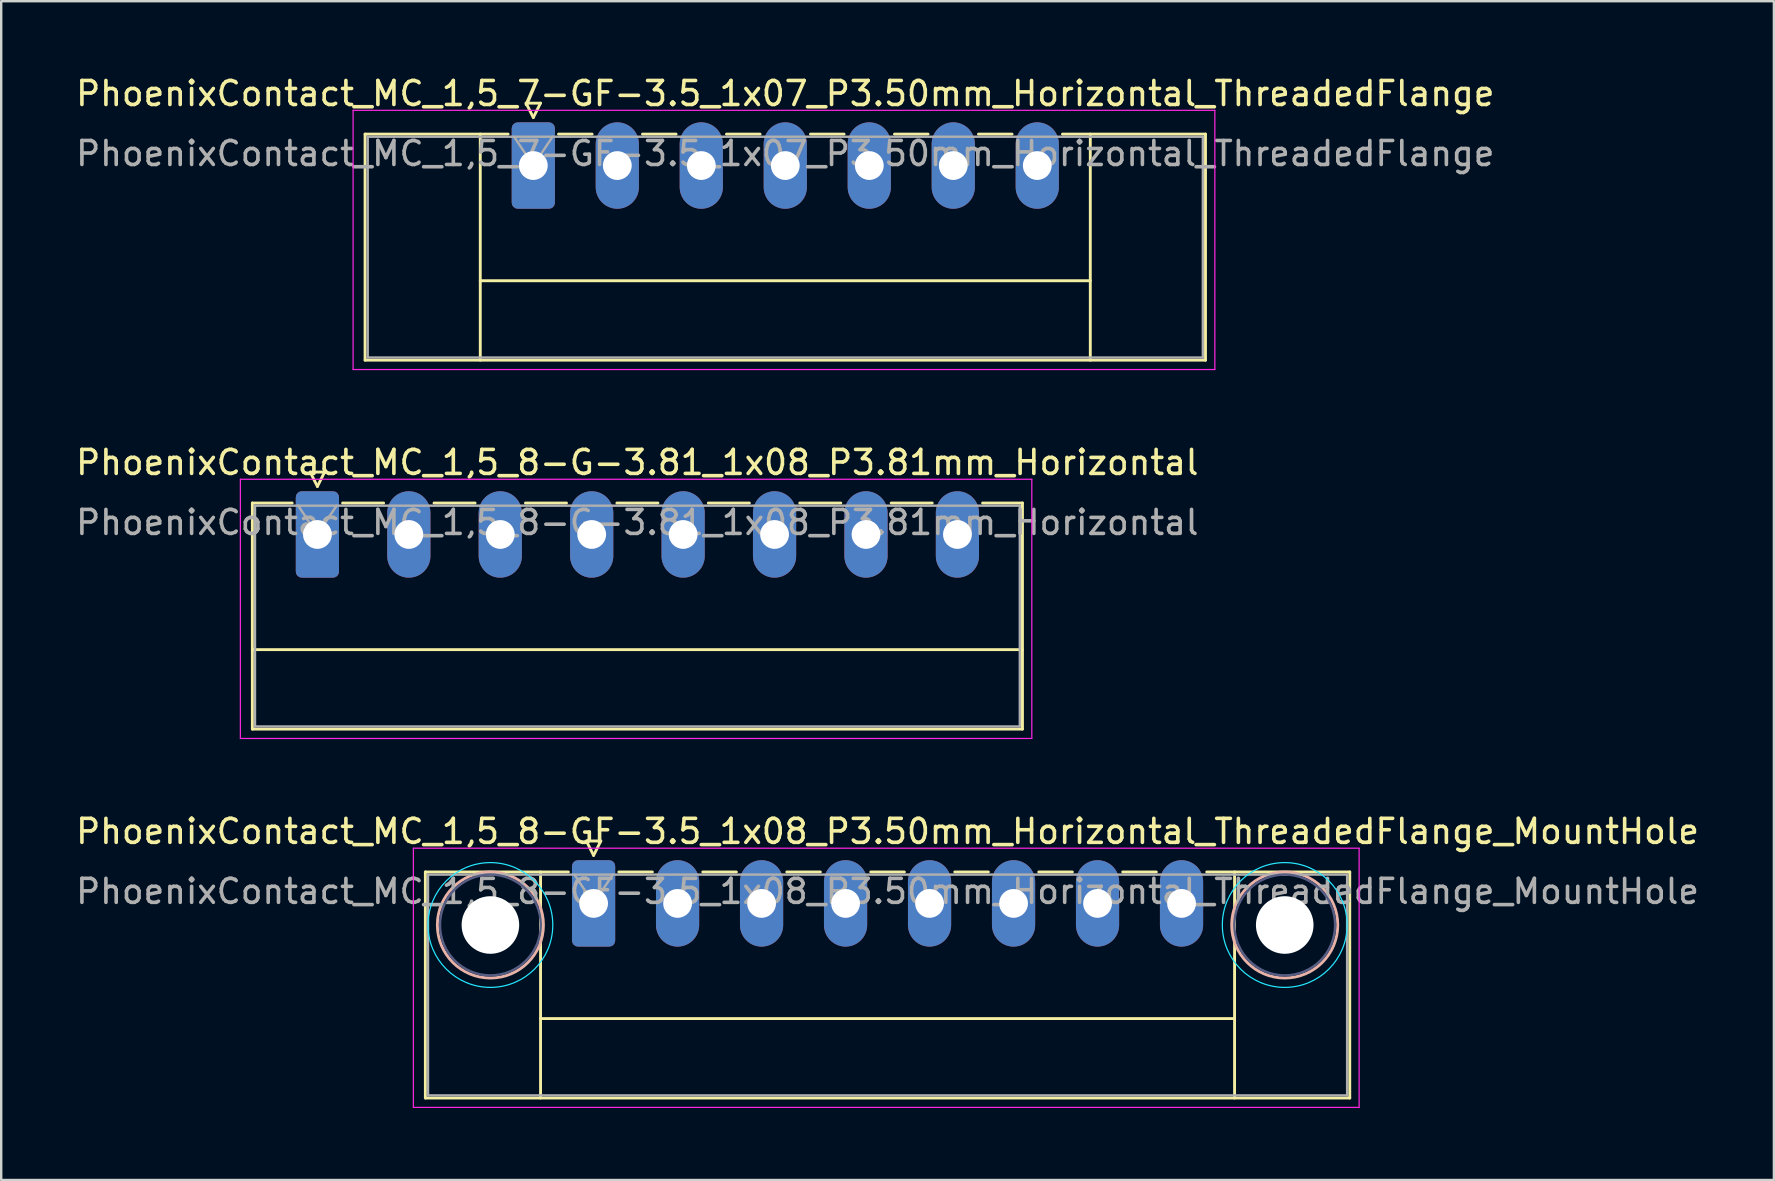
<source format=kicad_pcb>
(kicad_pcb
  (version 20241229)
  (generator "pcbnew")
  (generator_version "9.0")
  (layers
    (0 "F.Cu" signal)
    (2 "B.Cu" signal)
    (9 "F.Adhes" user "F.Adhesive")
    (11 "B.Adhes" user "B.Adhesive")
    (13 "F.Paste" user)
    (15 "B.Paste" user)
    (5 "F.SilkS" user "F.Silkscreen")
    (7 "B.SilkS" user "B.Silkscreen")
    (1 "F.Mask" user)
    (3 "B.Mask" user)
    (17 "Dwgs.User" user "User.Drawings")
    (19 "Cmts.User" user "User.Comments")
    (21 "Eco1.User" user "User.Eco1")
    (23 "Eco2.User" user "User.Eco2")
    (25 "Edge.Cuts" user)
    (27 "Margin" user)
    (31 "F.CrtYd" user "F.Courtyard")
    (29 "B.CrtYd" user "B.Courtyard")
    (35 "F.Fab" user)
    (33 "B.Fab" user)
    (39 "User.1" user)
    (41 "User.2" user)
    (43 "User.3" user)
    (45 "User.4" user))
  (footprint "PhoenixContact_MC_1,5_8-G-3.81_1x08_P3.81mm_Horizontal"
    (layer "F.Cu")
    (at 10.176 19.221)
    (property "Reference" "PhoenixContact_MC_1,5_8-G-3.81_1x08_P3.81mm_Horizontal" (at 13.33 -3 0) (layer "F.SilkS") (effects (font (size 1 1) (thickness 0.15))))
    (attr through_hole)
    (fp_line (start -2.71 -1.31) (end -2.71 8.11) (stroke (width 0.12) (type solid)) (layer "F.SilkS"))
    (fp_line (start -2.71 -1.31) (end -1.05 -1.31) (stroke (width 0.12) (type solid)) (layer "F.SilkS"))
    (fp_line (start -2.71 4.8) (end 29.38 4.8) (stroke (width 0.12) (type solid)) (layer "F.SilkS"))
    (fp_line (start -2.71 8.11) (end 29.38 8.11) (stroke (width 0.12) (type solid)) (layer "F.SilkS"))
    (fp_line (start -0.3 -2.6) (end 0.3 -2.6) (stroke (width 0.12) (type solid)) (layer "F.SilkS"))
    (fp_line (start 0 -2) (end -0.3 -2.6) (stroke (width 0.12) (type solid)) (layer "F.SilkS"))
    (fp_line (start 0.3 -2.6) (end 0 -2) (stroke (width 0.12) (type solid)) (layer "F.SilkS"))
    (fp_line (start 1.05 -1.31) (end 2.76 -1.31) (stroke (width 0.12) (type solid)) (layer "F.SilkS"))
    (fp_line (start 4.86 -1.31) (end 6.57 -1.31) (stroke (width 0.12) (type solid)) (layer "F.SilkS"))
    (fp_line (start 8.67 -1.31) (end 10.38 -1.31) (stroke (width 0.12) (type solid)) (layer "F.SilkS"))
    (fp_line (start 12.48 -1.31) (end 14.19 -1.31) (stroke (width 0.12) (type solid)) (layer "F.SilkS"))
    (fp_line (start 16.29 -1.31) (end 18 -1.31) (stroke (width 0.12) (type solid)) (layer "F.SilkS"))
    (fp_line (start 20.1 -1.31) (end 21.81 -1.31) (stroke (width 0.12) (type solid)) (layer "F.SilkS"))
    (fp_line (start 23.91 -1.31) (end 25.62 -1.31) (stroke (width 0.12) (type solid)) (layer "F.SilkS"))
    (fp_line (start 29.38 -1.31) (end 27.72 -1.31) (stroke (width 0.12) (type solid)) (layer "F.SilkS"))
    (fp_line (start 29.38 8.11) (end 29.38 -1.31) (stroke (width 0.12) (type solid)) (layer "F.SilkS"))
    (fp_line (start -3.21 -2.3) (end -3.21 8.5) (stroke (width 0.05) (type solid)) (layer "F.CrtYd"))
    (fp_line (start -3.21 8.5) (end 29.77 8.5) (stroke (width 0.05) (type solid)) (layer "F.CrtYd"))
    (fp_line (start 29.77 -2.3) (end -3.21 -2.3) (stroke (width 0.05) (type solid)) (layer "F.CrtYd"))
    (fp_line (start 29.77 8.5) (end 29.77 -2.3) (stroke (width 0.05) (type solid)) (layer "F.CrtYd"))
    (fp_line (start -2.6 -1.2) (end -2.6 8) (stroke (width 0.1) (type solid)) (layer "F.Fab"))
    (fp_line (start -2.6 8) (end 29.27 8) (stroke (width 0.1) (type solid)) (layer "F.Fab"))
    (fp_line (start 0 0) (end -0.8 -1.2) (stroke (width 0.1) (type solid)) (layer "F.Fab"))
    (fp_line (start 0.8 -1.2) (end 0 0) (stroke (width 0.1) (type solid)) (layer "F.Fab"))
    (fp_line (start 29.27 -1.2) (end -2.6 -1.2) (stroke (width 0.1) (type solid)) (layer "F.Fab"))
    (fp_line (start 29.27 8) (end 29.27 -1.2) (stroke (width 0.1) (type solid)) (layer "F.Fab"))
    (fp_text user "${REFERENCE}" (at 13.33 -0.5 0) (layer "F.Fab") (effects (font (size 1 1) (thickness 0.15))))
    (pad "1" thru_hole roundrect (at 0 0) (size 1.8 3.6) (drill 1.2) (layers "*.Cu" "*.Mask") (roundrect_rratio 0.139))
    (pad "2" thru_hole oval (at 3.81 0) (size 1.8 3.6) (drill 1.2) (layers "*.Cu" "*.Mask"))
    (pad "3" thru_hole oval (at 7.62 0) (size 1.8 3.6) (drill 1.2) (layers "*.Cu" "*.Mask"))
    (pad "4" thru_hole oval (at 11.43 0) (size 1.8 3.6) (drill 1.2) (layers "*.Cu" "*.Mask"))
    (pad "5" thru_hole oval (at 15.24 0) (size 1.8 3.6) (drill 1.2) (layers "*.Cu" "*.Mask"))
    (pad "6" thru_hole oval (at 19.05 0) (size 1.8 3.6) (drill 1.2) (layers "*.Cu" "*.Mask"))
    (pad "7" thru_hole oval (at 22.86 0) (size 1.8 3.6) (drill 1.2) (layers "*.Cu" "*.Mask"))
    (pad "8" thru_hole oval (at 26.67 0) (size 1.8 3.6) (drill 1.2) (layers "*.Cu" "*.Mask")))
  (footprint "PhoenixContact_MC_1,5_7-GF-3.5_1x07_P3.50mm_Horizontal_ThreadedFlange"
    (layer "F.Cu")
    (at 19.173 3.848)
    (property "Reference" "PhoenixContact_MC_1,5_7-GF-3.5_1x07_P3.50mm_Horizontal_ThreadedFlange" (at 10.5 -3 0) (layer "F.SilkS") (effects (font (size 1 1) (thickness 0.15))))
    (attr through_hole)
    (fp_line (start -7.01 -1.31) (end -7.01 8.11) (stroke (width 0.12) (type solid)) (layer "F.SilkS"))
    (fp_line (start -7.01 -1.31) (end -1.05 -1.31) (stroke (width 0.12) (type solid)) (layer "F.SilkS"))
    (fp_line (start -7.01 8.11) (end 28.01 8.11) (stroke (width 0.12) (type solid)) (layer "F.SilkS"))
    (fp_line (start -2.21 -1.31) (end -2.21 8.11) (stroke (width 0.12) (type solid)) (layer "F.SilkS"))
    (fp_line (start -2.21 4.8) (end 23.21 4.8) (stroke (width 0.12) (type solid)) (layer "F.SilkS"))
    (fp_line (start -0.3 -2.6) (end 0.3 -2.6) (stroke (width 0.12) (type solid)) (layer "F.SilkS"))
    (fp_line (start 0 -2) (end -0.3 -2.6) (stroke (width 0.12) (type solid)) (layer "F.SilkS"))
    (fp_line (start 0.3 -2.6) (end 0 -2) (stroke (width 0.12) (type solid)) (layer "F.SilkS"))
    (fp_line (start 1.05 -1.31) (end 2.45 -1.31) (stroke (width 0.12) (type solid)) (layer "F.SilkS"))
    (fp_line (start 4.55 -1.31) (end 5.95 -1.31) (stroke (width 0.12) (type solid)) (layer "F.SilkS"))
    (fp_line (start 8.05 -1.31) (end 9.45 -1.31) (stroke (width 0.12) (type solid)) (layer "F.SilkS"))
    (fp_line (start 11.55 -1.31) (end 12.95 -1.31) (stroke (width 0.12) (type solid)) (layer "F.SilkS"))
    (fp_line (start 15.05 -1.31) (end 16.45 -1.31) (stroke (width 0.12) (type solid)) (layer "F.SilkS"))
    (fp_line (start 18.55 -1.31) (end 19.95 -1.31) (stroke (width 0.12) (type solid)) (layer "F.SilkS"))
    (fp_line (start 23.21 -1.31) (end 23.21 8.11) (stroke (width 0.12) (type solid)) (layer "F.SilkS"))
    (fp_line (start 28.01 -1.31) (end 22.05 -1.31) (stroke (width 0.12) (type solid)) (layer "F.SilkS"))
    (fp_line (start 28.01 8.11) (end 28.01 -1.31) (stroke (width 0.12) (type solid)) (layer "F.SilkS"))
    (fp_line (start -7.51 -2.3) (end -7.51 8.5) (stroke (width 0.05) (type solid)) (layer "F.CrtYd"))
    (fp_line (start -7.51 8.5) (end 28.4 8.5) (stroke (width 0.05) (type solid)) (layer "F.CrtYd"))
    (fp_line (start 28.4 -2.3) (end -7.51 -2.3) (stroke (width 0.05) (type solid)) (layer "F.CrtYd"))
    (fp_line (start 28.4 8.5) (end 28.4 -2.3) (stroke (width 0.05) (type solid)) (layer "F.CrtYd"))
    (fp_line (start -6.9 -1.2) (end -6.9 8) (stroke (width 0.1) (type solid)) (layer "F.Fab"))
    (fp_line (start -6.9 8) (end 27.9 8) (stroke (width 0.1) (type solid)) (layer "F.Fab"))
    (fp_line (start 0 0) (end -0.8 -1.2) (stroke (width 0.1) (type solid)) (layer "F.Fab"))
    (fp_line (start 0.8 -1.2) (end 0 0) (stroke (width 0.1) (type solid)) (layer "F.Fab"))
    (fp_line (start 27.9 -1.2) (end -6.9 -1.2) (stroke (width 0.1) (type solid)) (layer "F.Fab"))
    (fp_line (start 27.9 8) (end 27.9 -1.2) (stroke (width 0.1) (type solid)) (layer "F.Fab"))
    (fp_text user "${REFERENCE}" (at 10.5 -0.5 0) (layer "F.Fab") (effects (font (size 1 1) (thickness 0.15))))
    (pad "1" thru_hole roundrect (at 0 0) (size 1.8 3.6) (drill 1.2) (layers "*.Cu" "*.Mask") (roundrect_rratio 0.139))
    (pad "2" thru_hole oval (at 3.5 0) (size 1.8 3.6) (drill 1.2) (layers "*.Cu" "*.Mask"))
    (pad "3" thru_hole oval (at 7 0) (size 1.8 3.6) (drill 1.2) (layers "*.Cu" "*.Mask"))
    (pad "4" thru_hole oval (at 10.5 0) (size 1.8 3.6) (drill 1.2) (layers "*.Cu" "*.Mask"))
    (pad "5" thru_hole oval (at 14 0) (size 1.8 3.6) (drill 1.2) (layers "*.Cu" "*.Mask"))
    (pad "6" thru_hole oval (at 17.5 0) (size 1.8 3.6) (drill 1.2) (layers "*.Cu" "*.Mask"))
    (pad "7" thru_hole oval (at 21 0) (size 1.8 3.6) (drill 1.2) (layers "*.Cu" "*.Mask")))
  (footprint "PhoenixContact_MC_1,5_8-GF-3.5_1x08_P3.50mm_Horizontal_ThreadedFlange_MountHole"
    (layer "F.Cu")
    (at 21.685 34.595)
    (property "Reference" "PhoenixContact_MC_1,5_8-GF-3.5_1x08_P3.50mm_Horizontal_ThreadedFlange_MountHole" (at 12.25 -3 0) (layer "F.SilkS") (effects (font (size 1 1) (thickness 0.15))))
    (attr through_hole)
    (fp_line (start -7.01 -1.31) (end -7.01 8.11) (stroke (width 0.12) (type solid)) (layer "F.SilkS"))
    (fp_line (start -7.01 -1.31) (end -1.05 -1.31) (stroke (width 0.12) (type solid)) (layer "F.SilkS"))
    (fp_line (start -7.01 8.11) (end 31.51 8.11) (stroke (width 0.12) (type solid)) (layer "F.SilkS"))
    (fp_line (start -2.21 -1.31) (end -2.21 8.11) (stroke (width 0.12) (type solid)) (layer "F.SilkS"))
    (fp_line (start -2.21 4.8) (end 26.71 4.8) (stroke (width 0.12) (type solid)) (layer "F.SilkS"))
    (fp_line (start -0.3 -2.6) (end 0.3 -2.6) (stroke (width 0.12) (type solid)) (layer "F.SilkS"))
    (fp_line (start 0 -2) (end -0.3 -2.6) (stroke (width 0.12) (type solid)) (layer "F.SilkS"))
    (fp_line (start 0.3 -2.6) (end 0 -2) (stroke (width 0.12) (type solid)) (layer "F.SilkS"))
    (fp_line (start 1.05 -1.31) (end 2.45 -1.31) (stroke (width 0.12) (type solid)) (layer "F.SilkS"))
    (fp_line (start 4.55 -1.31) (end 5.95 -1.31) (stroke (width 0.12) (type solid)) (layer "F.SilkS"))
    (fp_line (start 8.05 -1.31) (end 9.45 -1.31) (stroke (width 0.12) (type solid)) (layer "F.SilkS"))
    (fp_line (start 11.55 -1.31) (end 12.95 -1.31) (stroke (width 0.12) (type solid)) (layer "F.SilkS"))
    (fp_line (start 15.05 -1.31) (end 16.45 -1.31) (stroke (width 0.12) (type solid)) (layer "F.SilkS"))
    (fp_line (start 18.55 -1.31) (end 19.95 -1.31) (stroke (width 0.12) (type solid)) (layer "F.SilkS"))
    (fp_line (start 22.05 -1.31) (end 23.45 -1.31) (stroke (width 0.12) (type solid)) (layer "F.SilkS"))
    (fp_line (start 26.71 -1.31) (end 26.71 8.11) (stroke (width 0.12) (type solid)) (layer "F.SilkS"))
    (fp_line (start 31.51 -1.31) (end 25.55 -1.31) (stroke (width 0.12) (type solid)) (layer "F.SilkS"))
    (fp_line (start 31.51 8.11) (end 31.51 -1.31) (stroke (width 0.12) (type solid)) (layer "F.SilkS"))
    (fp_circle (center -4.3 0.9) (end -2.09 0.9) (stroke (width 0.12) (type solid)) (fill no) (layer "B.SilkS"))
    (fp_circle (center 28.8 0.9) (end 31.01 0.9) (stroke (width 0.12) (type solid)) (fill no) (layer "B.SilkS"))
    (fp_circle (center -4.3 0.9) (end -1.7 0.9) (stroke (width 0.05) (type solid)) (fill no) (layer "B.CrtYd"))
    (fp_circle (center 28.8 0.9) (end 31.4 0.9) (stroke (width 0.05) (type solid)) (fill no) (layer "B.CrtYd"))
    (fp_line (start -7.51 -2.3) (end -7.51 8.5) (stroke (width 0.05) (type solid)) (layer "F.CrtYd"))
    (fp_line (start -7.51 8.5) (end 31.9 8.5) (stroke (width 0.05) (type solid)) (layer "F.CrtYd"))
    (fp_line (start 31.9 -2.3) (end -7.51 -2.3) (stroke (width 0.05) (type solid)) (layer "F.CrtYd"))
    (fp_line (start 31.9 8.5) (end 31.9 -2.3) (stroke (width 0.05) (type solid)) (layer "F.CrtYd"))
    (fp_circle (center -4.3 0.9) (end -2.2 0.9) (stroke (width 0.1) (type solid)) (fill no) (layer "B.Fab"))
    (fp_circle (center 28.8 0.9) (end 30.9 0.9) (stroke (width 0.1) (type solid)) (fill no) (layer "B.Fab"))
    (fp_line (start -6.9 -1.2) (end -6.9 8) (stroke (width 0.1) (type solid)) (layer "F.Fab"))
    (fp_line (start -6.9 8) (end 31.4 8) (stroke (width 0.1) (type solid)) (layer "F.Fab"))
    (fp_line (start 0 0) (end -0.8 -1.2) (stroke (width 0.1) (type solid)) (layer "F.Fab"))
    (fp_line (start 0.8 -1.2) (end 0 0) (stroke (width 0.1) (type solid)) (layer "F.Fab"))
    (fp_line (start 31.4 -1.2) (end -6.9 -1.2) (stroke (width 0.1) (type solid)) (layer "F.Fab"))
    (fp_line (start 31.4 8) (end 31.4 -1.2) (stroke (width 0.1) (type solid)) (layer "F.Fab"))
    (fp_text user "${REFERENCE}" (at 12.25 -0.5 0) (layer "F.Fab") (effects (font (size 1 1) (thickness 0.15))))
    (pad "" np_thru_hole circle (at -4.3 0.9) (size 2.4 2.4) (drill 2.4) (layers "*.Cu" "*.Mask"))
    (pad "" np_thru_hole circle (at 28.8 0.9) (size 2.4 2.4) (drill 2.4) (layers "*.Cu" "*.Mask"))
    (pad "1" thru_hole roundrect (at 0 0) (size 1.8 3.6) (drill 1.2) (layers "*.Cu" "*.Mask") (roundrect_rratio 0.139))
    (pad "2" thru_hole oval (at 3.5 0) (size 1.8 3.6) (drill 1.2) (layers "*.Cu" "*.Mask"))
    (pad "3" thru_hole oval (at 7 0) (size 1.8 3.6) (drill 1.2) (layers "*.Cu" "*.Mask"))
    (pad "4" thru_hole oval (at 10.5 0) (size 1.8 3.6) (drill 1.2) (layers "*.Cu" "*.Mask"))
    (pad "5" thru_hole oval (at 14 0) (size 1.8 3.6) (drill 1.2) (layers "*.Cu" "*.Mask"))
    (pad "6" thru_hole oval (at 17.5 0) (size 1.8 3.6) (drill 1.2) (layers "*.Cu" "*.Mask"))
    (pad "7" thru_hole oval (at 21 0) (size 1.8 3.6) (drill 1.2) (layers "*.Cu" "*.Mask"))
    (pad "8" thru_hole oval (at 24.5 0) (size 1.8 3.6) (drill 1.2) (layers "*.Cu" "*.Mask")))
  (gr_rect
    (start -3 -3)
    (end 70.869 46.12)
    (stroke (width 0.1) (type default))
    (fill no)
    (layer "Edge.Cuts")))
</source>
